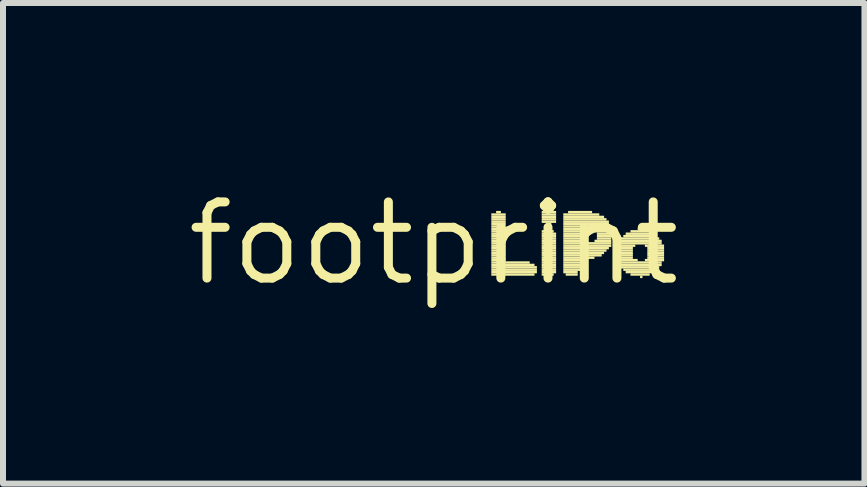
<source format=kicad_pcb>
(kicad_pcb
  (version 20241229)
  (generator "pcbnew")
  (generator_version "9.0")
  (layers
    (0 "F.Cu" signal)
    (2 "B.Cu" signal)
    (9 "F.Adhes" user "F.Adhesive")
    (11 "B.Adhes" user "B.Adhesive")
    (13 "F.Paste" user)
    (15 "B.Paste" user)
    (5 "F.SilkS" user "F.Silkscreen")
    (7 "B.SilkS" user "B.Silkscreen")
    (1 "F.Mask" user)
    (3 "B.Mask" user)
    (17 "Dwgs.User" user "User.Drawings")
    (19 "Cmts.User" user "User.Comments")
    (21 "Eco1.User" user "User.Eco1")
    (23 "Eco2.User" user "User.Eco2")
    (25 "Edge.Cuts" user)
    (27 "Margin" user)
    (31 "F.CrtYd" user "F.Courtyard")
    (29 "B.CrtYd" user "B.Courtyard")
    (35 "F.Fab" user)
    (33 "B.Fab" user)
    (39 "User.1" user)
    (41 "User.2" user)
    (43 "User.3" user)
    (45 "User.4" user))
  (footprint "footprint"
    (layer "F.Cu")
    (at 4.18 1.006)
    (property "Reference" "footprint" (at 0 0 0) (layer "F.SilkS") (effects (font (size 1.27 1.27) (thickness 0.15))))
    (fp_poly (pts (xy 0.96 -0.46) (xy 1.2 -0.46) (xy 1.2 -0.5) (xy 0.96 -0.5)) (stroke (width 0) (type solid)) (fill yes) (layer "F.SilkS"))
    (fp_poly (pts (xy 0.96 -0.42) (xy 1.2 -0.42) (xy 1.2 -0.46) (xy 0.96 -0.46)) (stroke (width 0) (type solid)) (fill yes) (layer "F.SilkS"))
    (fp_poly (pts (xy 0.96 -0.38) (xy 1.2 -0.38) (xy 1.2 -0.42) (xy 0.96 -0.42)) (stroke (width 0) (type solid)) (fill yes) (layer "F.SilkS"))
    (fp_poly (pts (xy 0.96 -0.34) (xy 1.2 -0.34) (xy 1.2 -0.38) (xy 0.96 -0.38)) (stroke (width 0) (type solid)) (fill yes) (layer "F.SilkS"))
    (fp_poly (pts (xy 0.96 -0.3) (xy 1.2 -0.3) (xy 1.2 -0.34) (xy 0.96 -0.34)) (stroke (width 0) (type solid)) (fill yes) (layer "F.SilkS"))
    (fp_poly (pts (xy 0.96 -0.26) (xy 1.2 -0.26) (xy 1.2 -0.3) (xy 0.96 -0.3)) (stroke (width 0) (type solid)) (fill yes) (layer "F.SilkS"))
    (fp_poly (pts (xy 0.96 -0.22) (xy 1.2 -0.22) (xy 1.2 -0.26) (xy 0.96 -0.26)) (stroke (width 0) (type solid)) (fill yes) (layer "F.SilkS"))
    (fp_poly (pts (xy 0.96 -0.18) (xy 1.2 -0.18) (xy 1.2 -0.22) (xy 0.96 -0.22)) (stroke (width 0) (type solid)) (fill yes) (layer "F.SilkS"))
    (fp_poly (pts (xy 0.96 -0.14) (xy 1.2 -0.14) (xy 1.2 -0.18) (xy 0.96 -0.18)) (stroke (width 0) (type solid)) (fill yes) (layer "F.SilkS"))
    (fp_poly (pts (xy 0.96 -0.1) (xy 1.2 -0.1) (xy 1.2 -0.14) (xy 0.96 -0.14)) (stroke (width 0) (type solid)) (fill yes) (layer "F.SilkS"))
    (fp_poly (pts (xy 0.96 -0.06) (xy 1.2 -0.06) (xy 1.2 -0.1) (xy 0.96 -0.1)) (stroke (width 0) (type solid)) (fill yes) (layer "F.SilkS"))
    (fp_poly (pts (xy 0.96 -0.02) (xy 1.2 -0.02) (xy 1.2 -0.06) (xy 0.96 -0.06)) (stroke (width 0) (type solid)) (fill yes) (layer "F.SilkS"))
    (fp_poly (pts (xy 0.96 0.02) (xy 1.2 0.02) (xy 1.2 -0.02) (xy 0.96 -0.02)) (stroke (width 0) (type solid)) (fill yes) (layer "F.SilkS"))
    (fp_poly (pts (xy 0.96 0.06) (xy 1.2 0.06) (xy 1.2 0.02) (xy 0.96 0.02)) (stroke (width 0) (type solid)) (fill yes) (layer "F.SilkS"))
    (fp_poly (pts (xy 0.96 0.1) (xy 1.2 0.1) (xy 1.2 0.06) (xy 0.96 0.06)) (stroke (width 0) (type solid)) (fill yes) (layer "F.SilkS"))
    (fp_poly (pts (xy 0.96 0.14) (xy 1.2 0.14) (xy 1.2 0.1) (xy 0.96 0.1)) (stroke (width 0) (type solid)) (fill yes) (layer "F.SilkS"))
    (fp_poly (pts (xy 0.96 0.18) (xy 1.2 0.18) (xy 1.2 0.14) (xy 0.96 0.14)) (stroke (width 0) (type solid)) (fill yes) (layer "F.SilkS"))
    (fp_poly (pts (xy 0.96 0.22) (xy 1.2 0.22) (xy 1.2 0.18) (xy 0.96 0.18)) (stroke (width 0) (type solid)) (fill yes) (layer "F.SilkS"))
    (fp_poly (pts (xy 0.96 0.26) (xy 1.2 0.26) (xy 1.2 0.22) (xy 0.96 0.22)) (stroke (width 0) (type solid)) (fill yes) (layer "F.SilkS"))
    (fp_poly (pts (xy 0.96 0.3) (xy 1.2 0.3) (xy 1.2 0.26) (xy 0.96 0.26)) (stroke (width 0) (type solid)) (fill yes) (layer "F.SilkS"))
    (fp_poly (pts (xy 0.96 0.34) (xy 1.6 0.34) (xy 1.6 0.3) (xy 0.96 0.3)) (stroke (width 0) (type solid)) (fill yes) (layer "F.SilkS"))
    (fp_poly (pts (xy 0.96 0.38) (xy 1.68 0.38) (xy 1.68 0.34) (xy 0.96 0.34)) (stroke (width 0) (type solid)) (fill yes) (layer "F.SilkS"))
    (fp_poly (pts (xy 0.96 0.42) (xy 1.72 0.42) (xy 1.72 0.38) (xy 0.96 0.38)) (stroke (width 0) (type solid)) (fill yes) (layer "F.SilkS"))
    (fp_poly (pts (xy 0.96 0.46) (xy 1.72 0.46) (xy 1.72 0.42) (xy 0.96 0.42)) (stroke (width 0) (type solid)) (fill yes) (layer "F.SilkS"))
    (fp_poly (pts (xy 0.96 0.5) (xy 1.72 0.5) (xy 1.72 0.46) (xy 0.96 0.46)) (stroke (width 0) (type solid)) (fill yes) (layer "F.SilkS"))
    (fp_poly (pts (xy 0.96 0.54) (xy 1.68 0.54) (xy 1.68 0.5) (xy 0.96 0.5)) (stroke (width 0) (type solid)) (fill yes) (layer "F.SilkS"))
    (fp_poly (pts (xy 1.04 -0.5) (xy 1.12 -0.5) (xy 1.12 -0.54) (xy 1.04 -0.54)) (stroke (width 0) (type solid)) (fill yes) (layer "F.SilkS"))
    (fp_poly (pts (xy 1.8 -0.5) (xy 2.04 -0.5) (xy 2.04 -0.54) (xy 1.8 -0.54)) (stroke (width 0) (type solid)) (fill yes) (layer "F.SilkS"))
    (fp_poly (pts (xy 1.8 -0.46) (xy 2.04 -0.46) (xy 2.04 -0.5) (xy 1.8 -0.5)) (stroke (width 0) (type solid)) (fill yes) (layer "F.SilkS"))
    (fp_poly (pts (xy 1.8 -0.42) (xy 2.04 -0.42) (xy 2.04 -0.46) (xy 1.8 -0.46)) (stroke (width 0) (type solid)) (fill yes) (layer "F.SilkS"))
    (fp_poly (pts (xy 1.8 -0.38) (xy 2.04 -0.38) (xy 2.04 -0.42) (xy 1.8 -0.42)) (stroke (width 0) (type solid)) (fill yes) (layer "F.SilkS"))
    (fp_poly (pts (xy 1.8 -0.34) (xy 2.04 -0.34) (xy 2.04 -0.38) (xy 1.8 -0.38)) (stroke (width 0) (type solid)) (fill yes) (layer "F.SilkS"))
    (fp_poly (pts (xy 1.8 -0.18) (xy 2 -0.18) (xy 2 -0.22) (xy 1.8 -0.22)) (stroke (width 0) (type solid)) (fill yes) (layer "F.SilkS"))
    (fp_poly (pts (xy 1.8 -0.14) (xy 2.04 -0.14) (xy 2.04 -0.18) (xy 1.8 -0.18)) (stroke (width 0) (type solid)) (fill yes) (layer "F.SilkS"))
    (fp_poly (pts (xy 1.8 -0.1) (xy 2.04 -0.1) (xy 2.04 -0.14) (xy 1.8 -0.14)) (stroke (width 0) (type solid)) (fill yes) (layer "F.SilkS"))
    (fp_poly (pts (xy 1.8 -0.06) (xy 2.04 -0.06) (xy 2.04 -0.1) (xy 1.8 -0.1)) (stroke (width 0) (type solid)) (fill yes) (layer "F.SilkS"))
    (fp_poly (pts (xy 1.8 -0.02) (xy 2.04 -0.02) (xy 2.04 -0.06) (xy 1.8 -0.06)) (stroke (width 0) (type solid)) (fill yes) (layer "F.SilkS"))
    (fp_poly (pts (xy 1.8 0.02) (xy 2.04 0.02) (xy 2.04 -0.02) (xy 1.8 -0.02)) (stroke (width 0) (type solid)) (fill yes) (layer "F.SilkS"))
    (fp_poly (pts (xy 1.8 0.06) (xy 2.04 0.06) (xy 2.04 0.02) (xy 1.8 0.02)) (stroke (width 0) (type solid)) (fill yes) (layer "F.SilkS"))
    (fp_poly (pts (xy 1.8 0.1) (xy 2.04 0.1) (xy 2.04 0.06) (xy 1.8 0.06)) (stroke (width 0) (type solid)) (fill yes) (layer "F.SilkS"))
    (fp_poly (pts (xy 1.8 0.14) (xy 2.04 0.14) (xy 2.04 0.1) (xy 1.8 0.1)) (stroke (width 0) (type solid)) (fill yes) (layer "F.SilkS"))
    (fp_poly (pts (xy 1.8 0.18) (xy 2.04 0.18) (xy 2.04 0.14) (xy 1.8 0.14)) (stroke (width 0) (type solid)) (fill yes) (layer "F.SilkS"))
    (fp_poly (pts (xy 1.8 0.22) (xy 2.04 0.22) (xy 2.04 0.18) (xy 1.8 0.18)) (stroke (width 0) (type solid)) (fill yes) (layer "F.SilkS"))
    (fp_poly (pts (xy 1.8 0.26) (xy 2.04 0.26) (xy 2.04 0.22) (xy 1.8 0.22)) (stroke (width 0) (type solid)) (fill yes) (layer "F.SilkS"))
    (fp_poly (pts (xy 1.8 0.3) (xy 2.04 0.3) (xy 2.04 0.26) (xy 1.8 0.26)) (stroke (width 0) (type solid)) (fill yes) (layer "F.SilkS"))
    (fp_poly (pts (xy 1.8 0.34) (xy 2.04 0.34) (xy 2.04 0.3) (xy 1.8 0.3)) (stroke (width 0) (type solid)) (fill yes) (layer "F.SilkS"))
    (fp_poly (pts (xy 1.8 0.38) (xy 2.04 0.38) (xy 2.04 0.34) (xy 1.8 0.34)) (stroke (width 0) (type solid)) (fill yes) (layer "F.SilkS"))
    (fp_poly (pts (xy 1.8 0.42) (xy 2.04 0.42) (xy 2.04 0.38) (xy 1.8 0.38)) (stroke (width 0) (type solid)) (fill yes) (layer "F.SilkS"))
    (fp_poly (pts (xy 1.8 0.46) (xy 2.04 0.46) (xy 2.04 0.42) (xy 1.8 0.42)) (stroke (width 0) (type solid)) (fill yes) (layer "F.SilkS"))
    (fp_poly (pts (xy 1.8 0.5) (xy 2.04 0.5) (xy 2.04 0.46) (xy 1.8 0.46)) (stroke (width 0) (type solid)) (fill yes) (layer "F.SilkS"))
    (fp_poly (pts (xy 1.8 0.54) (xy 2 0.54) (xy 2 0.5) (xy 1.8 0.5)) (stroke (width 0) (type solid)) (fill yes) (layer "F.SilkS"))
    (fp_poly (pts (xy 1.84 -0.54) (xy 2 -0.54) (xy 2 -0.58) (xy 1.84 -0.58)) (stroke (width 0) (type solid)) (fill yes) (layer "F.SilkS"))
    (fp_poly (pts (xy 1.88 -0.3) (xy 1.96 -0.3) (xy 1.96 -0.34) (xy 1.88 -0.34)) (stroke (width 0) (type solid)) (fill yes) (layer "F.SilkS"))
    (fp_poly (pts (xy 2.16 -0.46) (xy 2.76 -0.46) (xy 2.76 -0.5) (xy 2.16 -0.5)) (stroke (width 0) (type solid)) (fill yes) (layer "F.SilkS"))
    (fp_poly (pts (xy 2.16 -0.42) (xy 2.84 -0.42) (xy 2.84 -0.46) (xy 2.16 -0.46)) (stroke (width 0) (type solid)) (fill yes) (layer "F.SilkS"))
    (fp_poly (pts (xy 2.16 -0.38) (xy 2.88 -0.38) (xy 2.88 -0.42) (xy 2.16 -0.42)) (stroke (width 0) (type solid)) (fill yes) (layer "F.SilkS"))
    (fp_poly (pts (xy 2.16 -0.34) (xy 2.92 -0.34) (xy 2.92 -0.38) (xy 2.16 -0.38)) (stroke (width 0) (type solid)) (fill yes) (layer "F.SilkS"))
    (fp_poly (pts (xy 2.16 -0.3) (xy 2.92 -0.3) (xy 2.92 -0.34) (xy 2.16 -0.34)) (stroke (width 0) (type solid)) (fill yes) (layer "F.SilkS"))
    (fp_poly (pts (xy 2.16 -0.26) (xy 2.96 -0.26) (xy 2.96 -0.3) (xy 2.16 -0.3)) (stroke (width 0) (type solid)) (fill yes) (layer "F.SilkS"))
    (fp_poly (pts (xy 2.16 -0.22) (xy 2.44 -0.22) (xy 2.44 -0.26) (xy 2.16 -0.26)) (stroke (width 0) (type solid)) (fill yes) (layer "F.SilkS"))
    (fp_poly (pts (xy 2.16 -0.18) (xy 2.44 -0.18) (xy 2.44 -0.22) (xy 2.16 -0.22)) (stroke (width 0) (type solid)) (fill yes) (layer "F.SilkS"))
    (fp_poly (pts (xy 2.16 -0.14) (xy 2.44 -0.14) (xy 2.44 -0.18) (xy 2.16 -0.18)) (stroke (width 0) (type solid)) (fill yes) (layer "F.SilkS"))
    (fp_poly (pts (xy 2.16 -0.1) (xy 2.44 -0.1) (xy 2.44 -0.14) (xy 2.16 -0.14)) (stroke (width 0) (type solid)) (fill yes) (layer "F.SilkS"))
    (fp_poly (pts (xy 2.16 -0.06) (xy 2.44 -0.06) (xy 2.44 -0.1) (xy 2.16 -0.1)) (stroke (width 0) (type solid)) (fill yes) (layer "F.SilkS"))
    (fp_poly (pts (xy 2.16 -0.02) (xy 2.44 -0.02) (xy 2.44 -0.06) (xy 2.16 -0.06)) (stroke (width 0) (type solid)) (fill yes) (layer "F.SilkS"))
    (fp_poly (pts (xy 2.16 0.02) (xy 2.96 0.02) (xy 2.96 -0.02) (xy 2.16 -0.02)) (stroke (width 0) (type solid)) (fill yes) (layer "F.SilkS"))
    (fp_poly (pts (xy 2.16 0.06) (xy 2.96 0.06) (xy 2.96 0.02) (xy 2.16 0.02)) (stroke (width 0) (type solid)) (fill yes) (layer "F.SilkS"))
    (fp_poly (pts (xy 2.16 0.1) (xy 2.92 0.1) (xy 2.92 0.06) (xy 2.16 0.06)) (stroke (width 0) (type solid)) (fill yes) (layer "F.SilkS"))
    (fp_poly (pts (xy 2.16 0.14) (xy 2.88 0.14) (xy 2.88 0.1) (xy 2.16 0.1)) (stroke (width 0) (type solid)) (fill yes) (layer "F.SilkS"))
    (fp_poly (pts (xy 2.16 0.18) (xy 2.84 0.18) (xy 2.84 0.14) (xy 2.16 0.14)) (stroke (width 0) (type solid)) (fill yes) (layer "F.SilkS"))
    (fp_poly (pts (xy 2.16 0.22) (xy 2.8 0.22) (xy 2.8 0.18) (xy 2.16 0.18)) (stroke (width 0) (type solid)) (fill yes) (layer "F.SilkS"))
    (fp_poly (pts (xy 2.16 0.26) (xy 2.68 0.26) (xy 2.68 0.22) (xy 2.16 0.22)) (stroke (width 0) (type solid)) (fill yes) (layer "F.SilkS"))
    (fp_poly (pts (xy 2.16 0.3) (xy 2.44 0.3) (xy 2.44 0.26) (xy 2.16 0.26)) (stroke (width 0) (type solid)) (fill yes) (layer "F.SilkS"))
    (fp_poly (pts (xy 2.16 0.34) (xy 2.44 0.34) (xy 2.44 0.3) (xy 2.16 0.3)) (stroke (width 0) (type solid)) (fill yes) (layer "F.SilkS"))
    (fp_poly (pts (xy 2.16 0.38) (xy 2.44 0.38) (xy 2.44 0.34) (xy 2.16 0.34)) (stroke (width 0) (type solid)) (fill yes) (layer "F.SilkS"))
    (fp_poly (pts (xy 2.16 0.42) (xy 2.44 0.42) (xy 2.44 0.38) (xy 2.16 0.38)) (stroke (width 0) (type solid)) (fill yes) (layer "F.SilkS"))
    (fp_poly (pts (xy 2.16 0.46) (xy 2.44 0.46) (xy 2.44 0.42) (xy 2.16 0.42)) (stroke (width 0) (type solid)) (fill yes) (layer "F.SilkS"))
    (fp_poly (pts (xy 2.16 0.5) (xy 2.4 0.5) (xy 2.4 0.46) (xy 2.16 0.46)) (stroke (width 0) (type solid)) (fill yes) (layer "F.SilkS"))
    (fp_poly (pts (xy 2.2 0.54) (xy 2.4 0.54) (xy 2.4 0.5) (xy 2.2 0.5)) (stroke (width 0) (type solid)) (fill yes) (layer "F.SilkS"))
    (fp_poly (pts (xy 2.24 -0.5) (xy 2.64 -0.5) (xy 2.64 -0.54) (xy 2.24 -0.54)) (stroke (width 0) (type solid)) (fill yes) (layer "F.SilkS"))
    (fp_poly (pts (xy 2.64 -0.22) (xy 2.96 -0.22) (xy 2.96 -0.26) (xy 2.64 -0.26)) (stroke (width 0) (type solid)) (fill yes) (layer "F.SilkS"))
    (fp_poly (pts (xy 2.68 -0.18) (xy 2.96 -0.18) (xy 2.96 -0.22) (xy 2.68 -0.22)) (stroke (width 0) (type solid)) (fill yes) (layer "F.SilkS"))
    (fp_poly (pts (xy 2.68 -0.02) (xy 2.96 -0.02) (xy 2.96 -0.06) (xy 2.68 -0.06)) (stroke (width 0) (type solid)) (fill yes) (layer "F.SilkS"))
    (fp_poly (pts (xy 2.72 -0.14) (xy 3 -0.14) (xy 3 -0.18) (xy 2.72 -0.18)) (stroke (width 0) (type solid)) (fill yes) (layer "F.SilkS"))
    (fp_poly (pts (xy 2.72 -0.1) (xy 3 -0.1) (xy 3 -0.14) (xy 2.72 -0.14)) (stroke (width 0) (type solid)) (fill yes) (layer "F.SilkS"))
    (fp_poly (pts (xy 2.72 -0.06) (xy 2.96 -0.06) (xy 2.96 -0.1) (xy 2.72 -0.1)) (stroke (width 0) (type solid)) (fill yes) (layer "F.SilkS"))
    (fp_poly (pts (xy 3.04 0.06) (xy 3.36 0.06) (xy 3.36 0.02) (xy 3.04 0.02)) (stroke (width 0) (type solid)) (fill yes) (layer "F.SilkS"))
    (fp_poly (pts (xy 3.04 0.1) (xy 3.32 0.1) (xy 3.32 0.06) (xy 3.04 0.06)) (stroke (width 0) (type solid)) (fill yes) (layer "F.SilkS"))
    (fp_poly (pts (xy 3.04 0.14) (xy 3.32 0.14) (xy 3.32 0.1) (xy 3.04 0.1)) (stroke (width 0) (type solid)) (fill yes) (layer "F.SilkS"))
    (fp_poly (pts (xy 3.04 0.18) (xy 3.32 0.18) (xy 3.32 0.14) (xy 3.04 0.14)) (stroke (width 0) (type solid)) (fill yes) (layer "F.SilkS"))
    (fp_poly (pts (xy 3.04 0.22) (xy 3.32 0.22) (xy 3.32 0.18) (xy 3.04 0.18)) (stroke (width 0) (type solid)) (fill yes) (layer "F.SilkS"))
    (fp_poly (pts (xy 3.04 0.26) (xy 3.32 0.26) (xy 3.32 0.22) (xy 3.04 0.22)) (stroke (width 0) (type solid)) (fill yes) (layer "F.SilkS"))
    (fp_poly (pts (xy 3.08 -0.02) (xy 3.8 -0.02) (xy 3.8 -0.06) (xy 3.08 -0.06)) (stroke (width 0) (type solid)) (fill yes) (layer "F.SilkS"))
    (fp_poly (pts (xy 3.08 0.02) (xy 3.8 0.02) (xy 3.8 -0.02) (xy 3.08 -0.02)) (stroke (width 0) (type solid)) (fill yes) (layer "F.SilkS"))
    (fp_poly (pts (xy 3.08 0.3) (xy 3.4 0.3) (xy 3.4 0.26) (xy 3.08 0.26)) (stroke (width 0) (type solid)) (fill yes) (layer "F.SilkS"))
    (fp_poly (pts (xy 3.08 0.34) (xy 3.8 0.34) (xy 3.8 0.3) (xy 3.08 0.3)) (stroke (width 0) (type solid)) (fill yes) (layer "F.SilkS"))
    (fp_poly (pts (xy 3.08 0.38) (xy 3.8 0.38) (xy 3.8 0.34) (xy 3.08 0.34)) (stroke (width 0) (type solid)) (fill yes) (layer "F.SilkS"))
    (fp_poly (pts (xy 3.12 -0.06) (xy 3.76 -0.06) (xy 3.76 -0.1) (xy 3.12 -0.1)) (stroke (width 0) (type solid)) (fill yes) (layer "F.SilkS"))
    (fp_poly (pts (xy 3.12 0.42) (xy 3.76 0.42) (xy 3.76 0.38) (xy 3.12 0.38)) (stroke (width 0) (type solid)) (fill yes) (layer "F.SilkS"))
    (fp_poly (pts (xy 3.16 -0.1) (xy 3.72 -0.1) (xy 3.72 -0.14) (xy 3.16 -0.14)) (stroke (width 0) (type solid)) (fill yes) (layer "F.SilkS"))
    (fp_poly (pts (xy 3.16 0.46) (xy 3.72 0.46) (xy 3.72 0.42) (xy 3.16 0.42)) (stroke (width 0) (type solid)) (fill yes) (layer "F.SilkS"))
    (fp_poly (pts (xy 3.2 -0.14) (xy 3.68 -0.14) (xy 3.68 -0.18) (xy 3.2 -0.18)) (stroke (width 0) (type solid)) (fill yes) (layer "F.SilkS"))
    (fp_poly (pts (xy 3.2 0.5) (xy 3.68 0.5) (xy 3.68 0.46) (xy 3.2 0.46)) (stroke (width 0) (type solid)) (fill yes) (layer "F.SilkS"))
    (fp_poly (pts (xy 3.28 -0.18) (xy 3.64 -0.18) (xy 3.64 -0.22) (xy 3.28 -0.22)) (stroke (width 0) (type solid)) (fill yes) (layer "F.SilkS"))
    (fp_poly (pts (xy 3.28 0.54) (xy 3.6 0.54) (xy 3.6 0.5) (xy 3.28 0.5)) (stroke (width 0) (type solid)) (fill yes) (layer "F.SilkS"))
    (fp_poly (pts (xy 3.4 -0.22) (xy 3.48 -0.22) (xy 3.48 -0.26) (xy 3.4 -0.26)) (stroke (width 0) (type solid)) (fill yes) (layer "F.SilkS"))
    (fp_poly (pts (xy 3.44 0.58) (xy 3.48 0.58) (xy 3.48 0.54) (xy 3.44 0.54)) (stroke (width 0) (type solid)) (fill yes) (layer "F.SilkS"))
    (fp_poly (pts (xy 3.52 0.06) (xy 3.84 0.06) (xy 3.84 0.02) (xy 3.52 0.02)) (stroke (width 0) (type solid)) (fill yes) (layer "F.SilkS"))
    (fp_poly (pts (xy 3.52 0.3) (xy 3.84 0.3) (xy 3.84 0.26) (xy 3.52 0.26)) (stroke (width 0) (type solid)) (fill yes) (layer "F.SilkS"))
    (fp_poly (pts (xy 3.56 0.1) (xy 3.84 0.1) (xy 3.84 0.06) (xy 3.56 0.06)) (stroke (width 0) (type solid)) (fill yes) (layer "F.SilkS"))
    (fp_poly (pts (xy 3.56 0.14) (xy 3.84 0.14) (xy 3.84 0.1) (xy 3.56 0.1)) (stroke (width 0) (type solid)) (fill yes) (layer "F.SilkS"))
    (fp_poly (pts (xy 3.56 0.18) (xy 3.84 0.18) (xy 3.84 0.14) (xy 3.56 0.14)) (stroke (width 0) (type solid)) (fill yes) (layer "F.SilkS"))
    (fp_poly (pts (xy 3.56 0.22) (xy 3.84 0.22) (xy 3.84 0.18) (xy 3.56 0.18)) (stroke (width 0) (type solid)) (fill yes) (layer "F.SilkS"))
    (fp_poly (pts (xy 3.56 0.26) (xy 3.84 0.26) (xy 3.84 0.22) (xy 3.56 0.22)) (stroke (width 0) (type solid)) (fill yes) (layer "F.SilkS")))
  (gr_rect
    (start -3 -3)
    (end 11.36 5.012)
    (stroke (width 0.1) (type default))
    (fill no)
    (layer "Edge.Cuts")))
</source>
